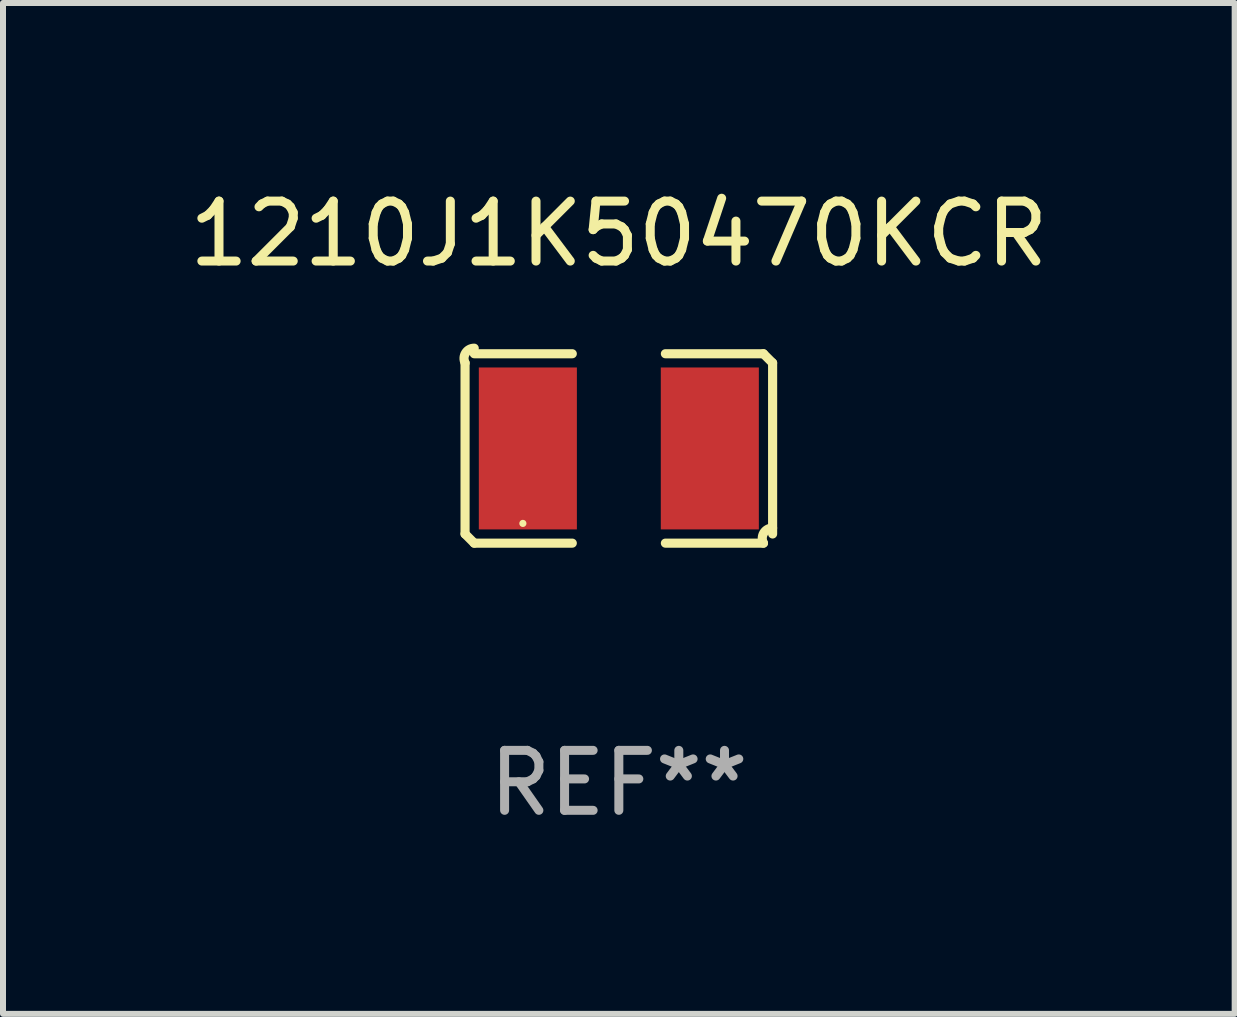
<source format=kicad_pcb>
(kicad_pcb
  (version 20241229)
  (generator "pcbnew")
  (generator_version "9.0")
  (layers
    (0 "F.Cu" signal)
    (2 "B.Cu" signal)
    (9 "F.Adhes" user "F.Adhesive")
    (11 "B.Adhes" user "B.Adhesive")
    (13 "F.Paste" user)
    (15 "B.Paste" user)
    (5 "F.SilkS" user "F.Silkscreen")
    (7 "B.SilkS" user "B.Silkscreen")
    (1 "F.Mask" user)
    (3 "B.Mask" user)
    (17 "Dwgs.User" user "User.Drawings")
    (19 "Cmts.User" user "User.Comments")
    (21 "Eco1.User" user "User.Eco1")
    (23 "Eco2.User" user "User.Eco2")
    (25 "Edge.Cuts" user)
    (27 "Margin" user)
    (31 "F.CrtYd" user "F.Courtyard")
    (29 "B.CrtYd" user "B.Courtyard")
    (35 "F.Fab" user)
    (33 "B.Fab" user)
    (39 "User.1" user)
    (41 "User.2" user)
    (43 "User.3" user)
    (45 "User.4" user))
  (footprint "1210J1K50470KCR"
    (layer "F.Cu")
    (at 7.268 4.427)
    (property "Reference" "1210J1K50470KCR" (at 0 -3.579 0) (layer "F.SilkS") (effects (font (size 1 1) (thickness 0.15))))
    (attr through_hole)
    (fp_line (start -2.564 1.426) (end -2.564 -1.426) (stroke (width 0.152) (type solid)) (layer "F.SilkS"))
    (fp_line (start -2.411 -1.579) (end -0.776 -1.579) (stroke (width 0.152) (type solid)) (layer "F.SilkS"))
    (fp_line (start -0.776 1.579) (end -2.411 1.579) (stroke (width 0.152) (type solid)) (layer "F.SilkS"))
    (fp_line (start 0.776 1.579) (end 2.411 1.579) (stroke (width 0.152) (type solid)) (layer "F.SilkS"))
    (fp_line (start 2.411 -1.579) (end 0.776 -1.579) (stroke (width 0.152) (type solid)) (layer "F.SilkS"))
    (fp_line (start 2.564 1.426) (end 2.564 -1.426) (stroke (width 0.152) (type solid)) (layer "F.SilkS"))
    (fp_arc (start -2.563602 -1.426213) (mid -2.555597 -1.591233) (end -2.411201 -1.671518) (stroke (width 0.1524) (type solid)) (layer "F.SilkS"))
    (fp_arc (start -2.5636 1.426214) (mid -2.487389 1.502402) (end -2.411201 1.578613) (stroke (width 0.1524) (type solid)) (layer "F.SilkS"))
    (fp_arc (start 2.411197 -1.578618) (mid 2.487403 -1.502419) (end 2.563602 -1.426213) (stroke (width 0.1524) (type solid)) (layer "F.SilkS"))
    (fp_arc (start 2.411201 1.578613) (mid 2.416214 1.409455) (end 2.563602 1.32629) (stroke (width 0.1524) (type solid)) (layer "F.SilkS"))
    (fp_circle (center -1.6 1.25) (end -1.57 1.25) (stroke (width 0.06) (type solid)) (fill no) (layer "F.SilkS"))
    (fp_text user "REF**" (at 0 5.579 0) (layer "F.Fab") (effects (font (size 1 1) (thickness 0.15))))
    (pad "1" smd rect (at -1.517 0) (size 1.635 2.7) (layers "F.Cu" "F.Mask" "F.Paste"))
    (pad "2" smd rect (at 1.517 0) (size 1.635 2.7) (layers "F.Cu" "F.Mask" "F.Paste")))
  (gr_rect
    (start -3 -3)
    (end 17.536 13.854)
    (stroke (width 0.1) (type default))
    (fill no)
    (layer "Edge.Cuts")))
</source>
